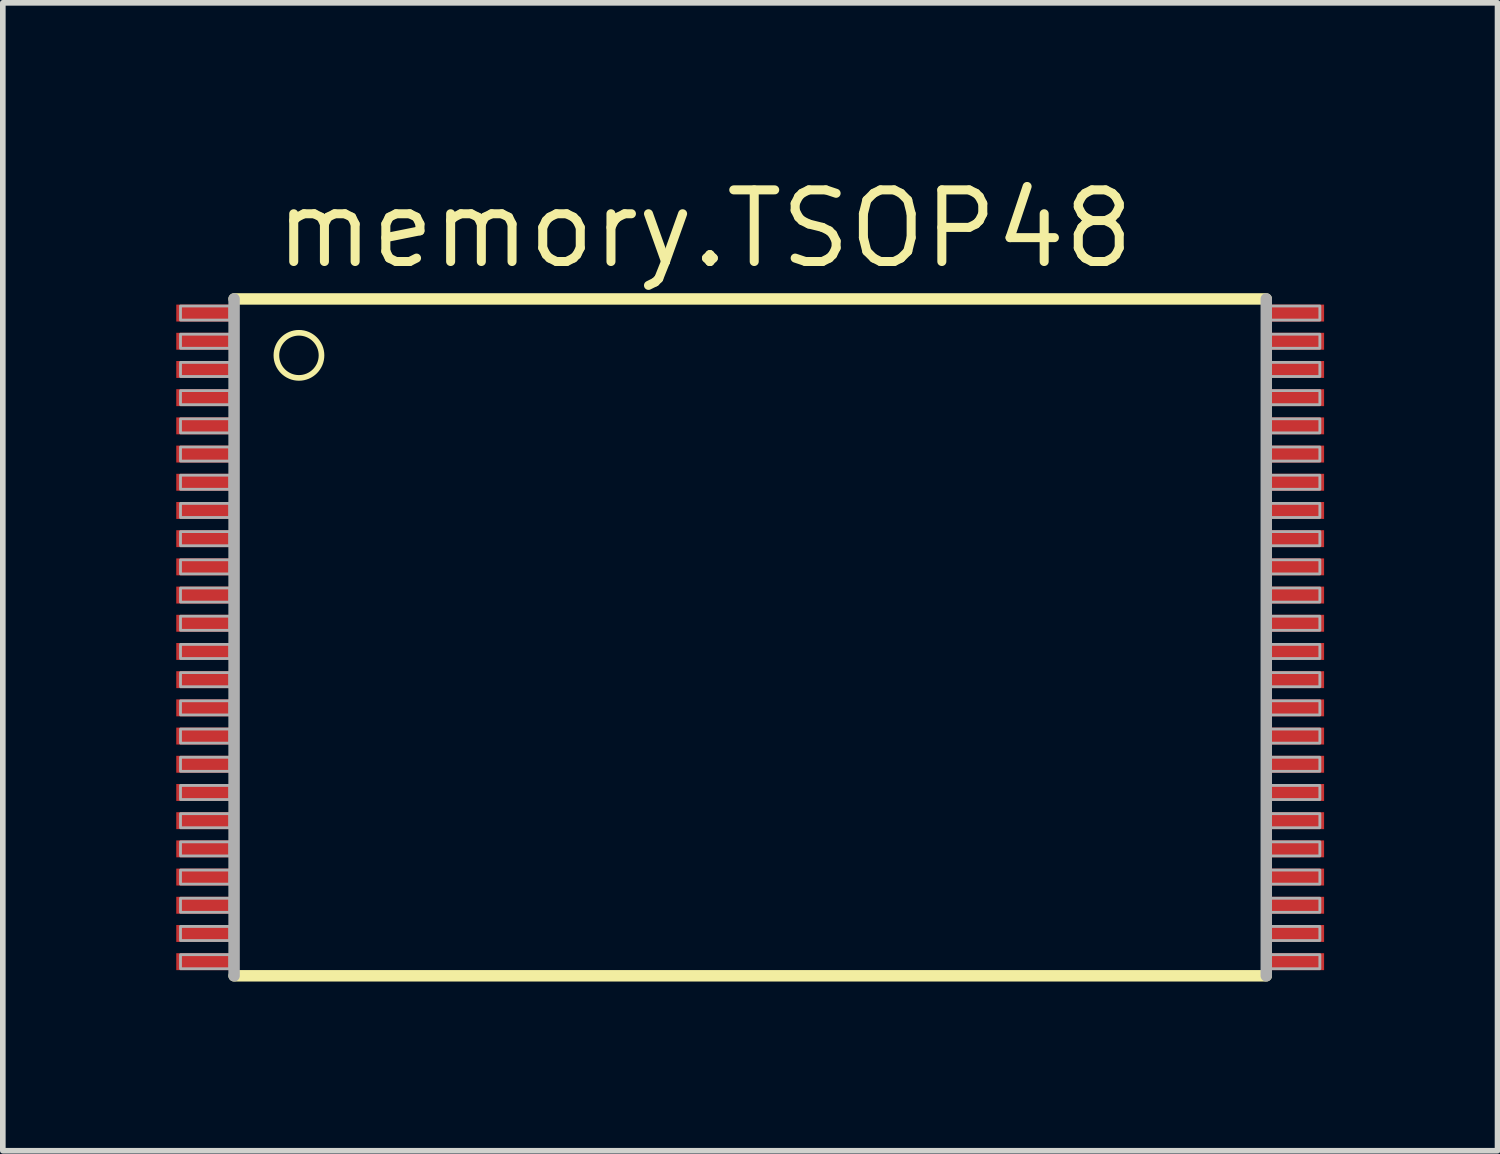
<source format=kicad_pcb>
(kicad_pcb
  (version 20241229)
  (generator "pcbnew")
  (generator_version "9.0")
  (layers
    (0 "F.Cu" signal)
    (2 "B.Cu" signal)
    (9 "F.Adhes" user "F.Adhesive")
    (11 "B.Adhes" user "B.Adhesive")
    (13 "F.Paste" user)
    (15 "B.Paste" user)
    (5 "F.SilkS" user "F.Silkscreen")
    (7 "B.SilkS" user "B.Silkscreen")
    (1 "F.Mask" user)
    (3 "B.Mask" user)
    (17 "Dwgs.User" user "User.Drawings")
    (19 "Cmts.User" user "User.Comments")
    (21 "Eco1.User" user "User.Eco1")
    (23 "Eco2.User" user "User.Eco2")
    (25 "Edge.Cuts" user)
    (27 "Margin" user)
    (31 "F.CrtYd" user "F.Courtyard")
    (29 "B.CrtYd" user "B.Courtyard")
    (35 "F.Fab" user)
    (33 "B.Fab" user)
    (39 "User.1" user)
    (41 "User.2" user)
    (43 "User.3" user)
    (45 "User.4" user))
  (footprint "memory.TSOP48"
    (layer "F.Cu")
    (at 10.25 8.25)
    (property "Reference" "memory.TSOP48" (at -8.5 -6.5 0) (layer "F.SilkS") (effects (font (size 1.27 1.27) (thickness 0.16)) (justify left bottom)))
    (attr smd)
    (fp_rect (start -10.225 -5.55) (end -9.025 -5.95) (stroke (width 0.05) (type default)) (fill yes) (layer "F.Mask"))
    (fp_rect (start -10.225 -5.05) (end -9.025 -5.45) (stroke (width 0.05) (type default)) (fill yes) (layer "F.Mask"))
    (fp_rect (start -10.225 -4.55) (end -9.025 -4.95) (stroke (width 0.05) (type default)) (fill yes) (layer "F.Mask"))
    (fp_rect (start -10.225 -4.05) (end -9.025 -4.45) (stroke (width 0.05) (type default)) (fill yes) (layer "F.Mask"))
    (fp_rect (start -10.225 -3.55) (end -9.025 -3.95) (stroke (width 0.05) (type default)) (fill yes) (layer "F.Mask"))
    (fp_rect (start -10.225 -3.05) (end -9.025 -3.45) (stroke (width 0.05) (type default)) (fill yes) (layer "F.Mask"))
    (fp_rect (start -10.225 -2.55) (end -9.025 -2.95) (stroke (width 0.05) (type default)) (fill yes) (layer "F.Mask"))
    (fp_rect (start -10.225 -2.05) (end -9.025 -2.45) (stroke (width 0.05) (type default)) (fill yes) (layer "F.Mask"))
    (fp_rect (start -10.225 -1.55) (end -9.025 -1.95) (stroke (width 0.05) (type default)) (fill yes) (layer "F.Mask"))
    (fp_rect (start -10.225 -1.05) (end -9.025 -1.45) (stroke (width 0.05) (type default)) (fill yes) (layer "F.Mask"))
    (fp_rect (start -10.225 -0.55) (end -9.025 -0.95) (stroke (width 0.05) (type default)) (fill yes) (layer "F.Mask"))
    (fp_rect (start -10.225 -0.05) (end -9.025 -0.45) (stroke (width 0.05) (type default)) (fill yes) (layer "F.Mask"))
    (fp_rect (start -10.225 0.45) (end -9.025 0.05) (stroke (width 0.05) (type default)) (fill yes) (layer "F.Mask"))
    (fp_rect (start -10.225 0.95) (end -9.025 0.55) (stroke (width 0.05) (type default)) (fill yes) (layer "F.Mask"))
    (fp_rect (start -10.225 1.45) (end -9.025 1.05) (stroke (width 0.05) (type default)) (fill yes) (layer "F.Mask"))
    (fp_rect (start -10.225 1.95) (end -9.025 1.55) (stroke (width 0.05) (type default)) (fill yes) (layer "F.Mask"))
    (fp_rect (start -10.225 2.45) (end -9.025 2.05) (stroke (width 0.05) (type default)) (fill yes) (layer "F.Mask"))
    (fp_rect (start -10.225 2.95) (end -9.025 2.55) (stroke (width 0.05) (type default)) (fill yes) (layer "F.Mask"))
    (fp_rect (start -10.225 3.45) (end -9.025 3.05) (stroke (width 0.05) (type default)) (fill yes) (layer "F.Mask"))
    (fp_rect (start -10.225 3.95) (end -9.025 3.55) (stroke (width 0.05) (type default)) (fill yes) (layer "F.Mask"))
    (fp_rect (start -10.225 4.45) (end -9.025 4.05) (stroke (width 0.05) (type default)) (fill yes) (layer "F.Mask"))
    (fp_rect (start -10.225 4.95) (end -9.025 4.55) (stroke (width 0.05) (type default)) (fill yes) (layer "F.Mask"))
    (fp_rect (start -10.225 5.45) (end -9.025 5.05) (stroke (width 0.05) (type default)) (fill yes) (layer "F.Mask"))
    (fp_rect (start -10.225 5.95) (end -9.025 5.55) (stroke (width 0.05) (type default)) (fill yes) (layer "F.Mask"))
    (fp_rect (start 9.025 -5.55) (end 10.225 -5.95) (stroke (width 0.05) (type default)) (fill yes) (layer "F.Mask"))
    (fp_rect (start 9.025 -5.05) (end 10.225 -5.45) (stroke (width 0.05) (type default)) (fill yes) (layer "F.Mask"))
    (fp_rect (start 9.025 -4.55) (end 10.225 -4.95) (stroke (width 0.05) (type default)) (fill yes) (layer "F.Mask"))
    (fp_rect (start 9.025 -4.05) (end 10.225 -4.45) (stroke (width 0.05) (type default)) (fill yes) (layer "F.Mask"))
    (fp_rect (start 9.025 -3.55) (end 10.225 -3.95) (stroke (width 0.05) (type default)) (fill yes) (layer "F.Mask"))
    (fp_rect (start 9.025 -3.05) (end 10.225 -3.45) (stroke (width 0.05) (type default)) (fill yes) (layer "F.Mask"))
    (fp_rect (start 9.025 -2.55) (end 10.225 -2.95) (stroke (width 0.05) (type default)) (fill yes) (layer "F.Mask"))
    (fp_rect (start 9.025 -2.05) (end 10.225 -2.45) (stroke (width 0.05) (type default)) (fill yes) (layer "F.Mask"))
    (fp_rect (start 9.025 -1.55) (end 10.225 -1.95) (stroke (width 0.05) (type default)) (fill yes) (layer "F.Mask"))
    (fp_rect (start 9.025 -1.05) (end 10.225 -1.45) (stroke (width 0.05) (type default)) (fill yes) (layer "F.Mask"))
    (fp_rect (start 9.025 -0.55) (end 10.225 -0.95) (stroke (width 0.05) (type default)) (fill yes) (layer "F.Mask"))
    (fp_rect (start 9.025 -0.05) (end 10.225 -0.45) (stroke (width 0.05) (type default)) (fill yes) (layer "F.Mask"))
    (fp_rect (start 9.025 0.45) (end 10.225 0.05) (stroke (width 0.05) (type default)) (fill yes) (layer "F.Mask"))
    (fp_rect (start 9.025 0.95) (end 10.225 0.55) (stroke (width 0.05) (type default)) (fill yes) (layer "F.Mask"))
    (fp_rect (start 9.025 1.45) (end 10.225 1.05) (stroke (width 0.05) (type default)) (fill yes) (layer "F.Mask"))
    (fp_rect (start 9.025 1.95) (end 10.225 1.55) (stroke (width 0.05) (type default)) (fill yes) (layer "F.Mask"))
    (fp_rect (start 9.025 2.45) (end 10.225 2.05) (stroke (width 0.05) (type default)) (fill yes) (layer "F.Mask"))
    (fp_rect (start 9.025 2.95) (end 10.225 2.55) (stroke (width 0.05) (type default)) (fill yes) (layer "F.Mask"))
    (fp_rect (start 9.025 3.45) (end 10.225 3.05) (stroke (width 0.05) (type default)) (fill yes) (layer "F.Mask"))
    (fp_rect (start 9.025 3.95) (end 10.225 3.55) (stroke (width 0.05) (type default)) (fill yes) (layer "F.Mask"))
    (fp_rect (start 9.025 4.45) (end 10.225 4.05) (stroke (width 0.05) (type default)) (fill yes) (layer "F.Mask"))
    (fp_rect (start 9.025 4.95) (end 10.225 4.55) (stroke (width 0.05) (type default)) (fill yes) (layer "F.Mask"))
    (fp_rect (start 9.025 5.45) (end 10.225 5.05) (stroke (width 0.05) (type default)) (fill yes) (layer "F.Mask"))
    (fp_rect (start 9.025 5.95) (end 10.225 5.55) (stroke (width 0.05) (type default)) (fill yes) (layer "F.Mask"))
    (fp_line (start -9.15 -6) (end 9.15 -6) (stroke (width 0.203) (type default)) (layer "F.SilkS"))
    (fp_line (start 9.15 6) (end -9.15 6) (stroke (width 0.203) (type default)) (layer "F.SilkS"))
    (fp_circle (center -8 -5) (end -7.6 -5) (stroke (width 0.1) (type default)) (fill no) (layer "F.SilkS"))
    (fp_line (start -9.15 6) (end -9.15 -6) (stroke (width 0.203) (type default)) (layer "F.Fab"))
    (fp_line (start 9.15 -6) (end 9.15 6) (stroke (width 0.203) (type default)) (layer "F.Fab"))
    (fp_rect (start -10.1 -5.625) (end -9.225 -5.875) (stroke (width 0.05) (type default)) (fill no) (layer "F.Fab"))
    (fp_rect (start -10.1 -5.125) (end -9.225 -5.375) (stroke (width 0.05) (type default)) (fill no) (layer "F.Fab"))
    (fp_rect (start -10.1 -4.625) (end -9.225 -4.875) (stroke (width 0.05) (type default)) (fill no) (layer "F.Fab"))
    (fp_rect (start -10.1 -4.125) (end -9.225 -4.375) (stroke (width 0.05) (type default)) (fill no) (layer "F.Fab"))
    (fp_rect (start -10.1 -3.625) (end -9.225 -3.875) (stroke (width 0.05) (type default)) (fill no) (layer "F.Fab"))
    (fp_rect (start -10.1 -3.125) (end -9.225 -3.375) (stroke (width 0.05) (type default)) (fill no) (layer "F.Fab"))
    (fp_rect (start -10.1 -2.625) (end -9.225 -2.875) (stroke (width 0.05) (type default)) (fill no) (layer "F.Fab"))
    (fp_rect (start -10.1 -2.125) (end -9.225 -2.375) (stroke (width 0.05) (type default)) (fill no) (layer "F.Fab"))
    (fp_rect (start -10.1 -1.625) (end -9.225 -1.875) (stroke (width 0.05) (type default)) (fill no) (layer "F.Fab"))
    (fp_rect (start -10.1 -1.125) (end -9.225 -1.375) (stroke (width 0.05) (type default)) (fill no) (layer "F.Fab"))
    (fp_rect (start -10.1 -0.625) (end -9.225 -0.875) (stroke (width 0.05) (type default)) (fill no) (layer "F.Fab"))
    (fp_rect (start -10.1 -0.125) (end -9.225 -0.375) (stroke (width 0.05) (type default)) (fill no) (layer "F.Fab"))
    (fp_rect (start -10.1 0.375) (end -9.225 0.125) (stroke (width 0.05) (type default)) (fill no) (layer "F.Fab"))
    (fp_rect (start -10.1 0.875) (end -9.225 0.625) (stroke (width 0.05) (type default)) (fill no) (layer "F.Fab"))
    (fp_rect (start -10.1 1.375) (end -9.225 1.125) (stroke (width 0.05) (type default)) (fill no) (layer "F.Fab"))
    (fp_rect (start -10.1 1.875) (end -9.225 1.625) (stroke (width 0.05) (type default)) (fill no) (layer "F.Fab"))
    (fp_rect (start -10.1 2.375) (end -9.225 2.125) (stroke (width 0.05) (type default)) (fill no) (layer "F.Fab"))
    (fp_rect (start -10.1 2.875) (end -9.225 2.625) (stroke (width 0.05) (type default)) (fill no) (layer "F.Fab"))
    (fp_rect (start -10.1 3.375) (end -9.225 3.125) (stroke (width 0.05) (type default)) (fill no) (layer "F.Fab"))
    (fp_rect (start -10.1 3.875) (end -9.225 3.625) (stroke (width 0.05) (type default)) (fill no) (layer "F.Fab"))
    (fp_rect (start -10.1 4.375) (end -9.225 4.125) (stroke (width 0.05) (type default)) (fill no) (layer "F.Fab"))
    (fp_rect (start -10.1 4.875) (end -9.225 4.625) (stroke (width 0.05) (type default)) (fill no) (layer "F.Fab"))
    (fp_rect (start -10.1 5.375) (end -9.225 5.125) (stroke (width 0.05) (type default)) (fill no) (layer "F.Fab"))
    (fp_rect (start -10.1 5.875) (end -9.225 5.625) (stroke (width 0.05) (type default)) (fill no) (layer "F.Fab"))
    (fp_rect (start 9.225 -5.625) (end 10.1 -5.875) (stroke (width 0.05) (type default)) (fill no) (layer "F.Fab"))
    (fp_rect (start 9.225 -5.125) (end 10.1 -5.375) (stroke (width 0.05) (type default)) (fill no) (layer "F.Fab"))
    (fp_rect (start 9.225 -4.625) (end 10.1 -4.875) (stroke (width 0.05) (type default)) (fill no) (layer "F.Fab"))
    (fp_rect (start 9.225 -4.125) (end 10.1 -4.375) (stroke (width 0.05) (type default)) (fill no) (layer "F.Fab"))
    (fp_rect (start 9.225 -3.625) (end 10.1 -3.875) (stroke (width 0.05) (type default)) (fill no) (layer "F.Fab"))
    (fp_rect (start 9.225 -3.125) (end 10.1 -3.375) (stroke (width 0.05) (type default)) (fill no) (layer "F.Fab"))
    (fp_rect (start 9.225 -2.625) (end 10.1 -2.875) (stroke (width 0.05) (type default)) (fill no) (layer "F.Fab"))
    (fp_rect (start 9.225 -2.125) (end 10.1 -2.375) (stroke (width 0.05) (type default)) (fill no) (layer "F.Fab"))
    (fp_rect (start 9.225 -1.625) (end 10.1 -1.875) (stroke (width 0.05) (type default)) (fill no) (layer "F.Fab"))
    (fp_rect (start 9.225 -1.125) (end 10.1 -1.375) (stroke (width 0.05) (type default)) (fill no) (layer "F.Fab"))
    (fp_rect (start 9.225 -0.625) (end 10.1 -0.875) (stroke (width 0.05) (type default)) (fill no) (layer "F.Fab"))
    (fp_rect (start 9.225 -0.125) (end 10.1 -0.375) (stroke (width 0.05) (type default)) (fill no) (layer "F.Fab"))
    (fp_rect (start 9.225 0.375) (end 10.1 0.125) (stroke (width 0.05) (type default)) (fill no) (layer "F.Fab"))
    (fp_rect (start 9.225 0.875) (end 10.1 0.625) (stroke (width 0.05) (type default)) (fill no) (layer "F.Fab"))
    (fp_rect (start 9.225 1.375) (end 10.1 1.125) (stroke (width 0.05) (type default)) (fill no) (layer "F.Fab"))
    (fp_rect (start 9.225 1.875) (end 10.1 1.625) (stroke (width 0.05) (type default)) (fill no) (layer "F.Fab"))
    (fp_rect (start 9.225 2.375) (end 10.1 2.125) (stroke (width 0.05) (type default)) (fill no) (layer "F.Fab"))
    (fp_rect (start 9.225 2.875) (end 10.1 2.625) (stroke (width 0.05) (type default)) (fill no) (layer "F.Fab"))
    (fp_rect (start 9.225 3.375) (end 10.1 3.125) (stroke (width 0.05) (type default)) (fill no) (layer "F.Fab"))
    (fp_rect (start 9.225 3.875) (end 10.1 3.625) (stroke (width 0.05) (type default)) (fill no) (layer "F.Fab"))
    (fp_rect (start 9.225 4.375) (end 10.1 4.125) (stroke (width 0.05) (type default)) (fill no) (layer "F.Fab"))
    (fp_rect (start 9.225 4.875) (end 10.1 4.625) (stroke (width 0.05) (type default)) (fill no) (layer "F.Fab"))
    (fp_rect (start 9.225 5.375) (end 10.1 5.125) (stroke (width 0.05) (type default)) (fill no) (layer "F.Fab"))
    (fp_rect (start 9.225 5.875) (end 10.1 5.625) (stroke (width 0.05) (type default)) (fill no) (layer "F.Fab"))
    (pad "1" smd roundrect (at -9.625 -5.75) (size 1.1 0.3) (layers "F.Cu" "F.Mask" "F.Paste") (roundrect_rratio 0.01))
    (pad "2" smd roundrect (at -9.625 -5.25) (size 1.1 0.3) (layers "F.Cu" "F.Mask" "F.Paste") (roundrect_rratio 0.01))
    (pad "3" smd roundrect (at -9.625 -4.75) (size 1.1 0.3) (layers "F.Cu" "F.Mask" "F.Paste") (roundrect_rratio 0.01))
    (pad "4" smd roundrect (at -9.625 -4.25) (size 1.1 0.3) (layers "F.Cu" "F.Mask" "F.Paste") (roundrect_rratio 0.01))
    (pad "5" smd roundrect (at -9.625 -3.75) (size 1.1 0.3) (layers "F.Cu" "F.Mask" "F.Paste") (roundrect_rratio 0.01))
    (pad "6" smd roundrect (at -9.625 -3.25) (size 1.1 0.3) (layers "F.Cu" "F.Mask" "F.Paste") (roundrect_rratio 0.01))
    (pad "7" smd roundrect (at -9.625 -2.75) (size 1.1 0.3) (layers "F.Cu" "F.Mask" "F.Paste") (roundrect_rratio 0.01))
    (pad "8" smd roundrect (at -9.625 -2.25) (size 1.1 0.3) (layers "F.Cu" "F.Mask" "F.Paste") (roundrect_rratio 0.01))
    (pad "9" smd roundrect (at -9.625 -1.75) (size 1.1 0.3) (layers "F.Cu" "F.Mask" "F.Paste") (roundrect_rratio 0.01))
    (pad "10" smd roundrect (at -9.625 -1.25) (size 1.1 0.3) (layers "F.Cu" "F.Mask" "F.Paste") (roundrect_rratio 0.01))
    (pad "11" smd roundrect (at -9.625 -0.75) (size 1.1 0.3) (layers "F.Cu" "F.Mask" "F.Paste") (roundrect_rratio 0.01))
    (pad "12" smd roundrect (at -9.625 -0.25) (size 1.1 0.3) (layers "F.Cu" "F.Mask" "F.Paste") (roundrect_rratio 0.01))
    (pad "13" smd roundrect (at -9.625 0.25) (size 1.1 0.3) (layers "F.Cu" "F.Mask" "F.Paste") (roundrect_rratio 0.01))
    (pad "14" smd roundrect (at -9.625 0.75) (size 1.1 0.3) (layers "F.Cu" "F.Mask" "F.Paste") (roundrect_rratio 0.01))
    (pad "15" smd roundrect (at -9.625 1.25) (size 1.1 0.3) (layers "F.Cu" "F.Mask" "F.Paste") (roundrect_rratio 0.01))
    (pad "16" smd roundrect (at -9.625 1.75) (size 1.1 0.3) (layers "F.Cu" "F.Mask" "F.Paste") (roundrect_rratio 0.01))
    (pad "17" smd roundrect (at -9.625 2.25) (size 1.1 0.3) (layers "F.Cu" "F.Mask" "F.Paste") (roundrect_rratio 0.01))
    (pad "18" smd roundrect (at -9.625 2.75) (size 1.1 0.3) (layers "F.Cu" "F.Mask" "F.Paste") (roundrect_rratio 0.01))
    (pad "19" smd roundrect (at -9.625 3.25) (size 1.1 0.3) (layers "F.Cu" "F.Mask" "F.Paste") (roundrect_rratio 0.01))
    (pad "20" smd roundrect (at -9.625 3.75) (size 1.1 0.3) (layers "F.Cu" "F.Mask" "F.Paste") (roundrect_rratio 0.01))
    (pad "21" smd roundrect (at -9.625 4.25) (size 1.1 0.3) (layers "F.Cu" "F.Mask" "F.Paste") (roundrect_rratio 0.01))
    (pad "22" smd roundrect (at -9.625 4.75) (size 1.1 0.3) (layers "F.Cu" "F.Mask" "F.Paste") (roundrect_rratio 0.01))
    (pad "23" smd roundrect (at -9.625 5.25) (size 1.1 0.3) (layers "F.Cu" "F.Mask" "F.Paste") (roundrect_rratio 0.01))
    (pad "24" smd roundrect (at -9.625 5.75) (size 1.1 0.3) (layers "F.Cu" "F.Mask" "F.Paste") (roundrect_rratio 0.01))
    (pad "25" smd roundrect (at 9.625 5.75 180) (size 1.1 0.3) (layers "F.Cu" "F.Mask" "F.Paste") (roundrect_rratio 0.01))
    (pad "26" smd roundrect (at 9.625 5.25 180) (size 1.1 0.3) (layers "F.Cu" "F.Mask" "F.Paste") (roundrect_rratio 0.01))
    (pad "27" smd roundrect (at 9.625 4.75 180) (size 1.1 0.3) (layers "F.Cu" "F.Mask" "F.Paste") (roundrect_rratio 0.01))
    (pad "28" smd roundrect (at 9.625 4.25 180) (size 1.1 0.3) (layers "F.Cu" "F.Mask" "F.Paste") (roundrect_rratio 0.01))
    (pad "29" smd roundrect (at 9.625 3.75 180) (size 1.1 0.3) (layers "F.Cu" "F.Mask" "F.Paste") (roundrect_rratio 0.01))
    (pad "30" smd roundrect (at 9.625 3.25 180) (size 1.1 0.3) (layers "F.Cu" "F.Mask" "F.Paste") (roundrect_rratio 0.01))
    (pad "31" smd roundrect (at 9.625 2.75 180) (size 1.1 0.3) (layers "F.Cu" "F.Mask" "F.Paste") (roundrect_rratio 0.01))
    (pad "32" smd roundrect (at 9.625 2.25 180) (size 1.1 0.3) (layers "F.Cu" "F.Mask" "F.Paste") (roundrect_rratio 0.01))
    (pad "33" smd roundrect (at 9.625 1.75 180) (size 1.1 0.3) (layers "F.Cu" "F.Mask" "F.Paste") (roundrect_rratio 0.01))
    (pad "34" smd roundrect (at 9.625 1.25 180) (size 1.1 0.3) (layers "F.Cu" "F.Mask" "F.Paste") (roundrect_rratio 0.01))
    (pad "35" smd roundrect (at 9.625 0.75 180) (size 1.1 0.3) (layers "F.Cu" "F.Mask" "F.Paste") (roundrect_rratio 0.01))
    (pad "36" smd roundrect (at 9.625 0.25 180) (size 1.1 0.3) (layers "F.Cu" "F.Mask" "F.Paste") (roundrect_rratio 0.01))
    (pad "37" smd roundrect (at 9.625 -0.25 180) (size 1.1 0.3) (layers "F.Cu" "F.Mask" "F.Paste") (roundrect_rratio 0.01))
    (pad "38" smd roundrect (at 9.625 -0.75 180) (size 1.1 0.3) (layers "F.Cu" "F.Mask" "F.Paste") (roundrect_rratio 0.01))
    (pad "39" smd roundrect (at 9.625 -1.25 180) (size 1.1 0.3) (layers "F.Cu" "F.Mask" "F.Paste") (roundrect_rratio 0.01))
    (pad "40" smd roundrect (at 9.625 -1.75 180) (size 1.1 0.3) (layers "F.Cu" "F.Mask" "F.Paste") (roundrect_rratio 0.01))
    (pad "41" smd roundrect (at 9.625 -2.25 180) (size 1.1 0.3) (layers "F.Cu" "F.Mask" "F.Paste") (roundrect_rratio 0.01))
    (pad "42" smd roundrect (at 9.625 -2.75 180) (size 1.1 0.3) (layers "F.Cu" "F.Mask" "F.Paste") (roundrect_rratio 0.01))
    (pad "43" smd roundrect (at 9.625 -3.25 180) (size 1.1 0.3) (layers "F.Cu" "F.Mask" "F.Paste") (roundrect_rratio 0.01))
    (pad "44" smd roundrect (at 9.625 -3.75 180) (size 1.1 0.3) (layers "F.Cu" "F.Mask" "F.Paste") (roundrect_rratio 0.01))
    (pad "45" smd roundrect (at 9.625 -4.25 180) (size 1.1 0.3) (layers "F.Cu" "F.Mask" "F.Paste") (roundrect_rratio 0.01))
    (pad "46" smd roundrect (at 9.625 -4.75 180) (size 1.1 0.3) (layers "F.Cu" "F.Mask" "F.Paste") (roundrect_rratio 0.01))
    (pad "47" smd roundrect (at 9.625 -5.25 180) (size 1.1 0.3) (layers "F.Cu" "F.Mask" "F.Paste") (roundrect_rratio 0.01))
    (pad "48" smd roundrect (at 9.625 -5.75 180) (size 1.1 0.3) (layers "F.Cu" "F.Mask" "F.Paste") (roundrect_rratio 0.01)))
  (gr_rect
    (start -3 -3)
    (end 23.5 17.352)
    (stroke (width 0.1) (type default))
    (fill no)
    (layer "Edge.Cuts")))
</source>
